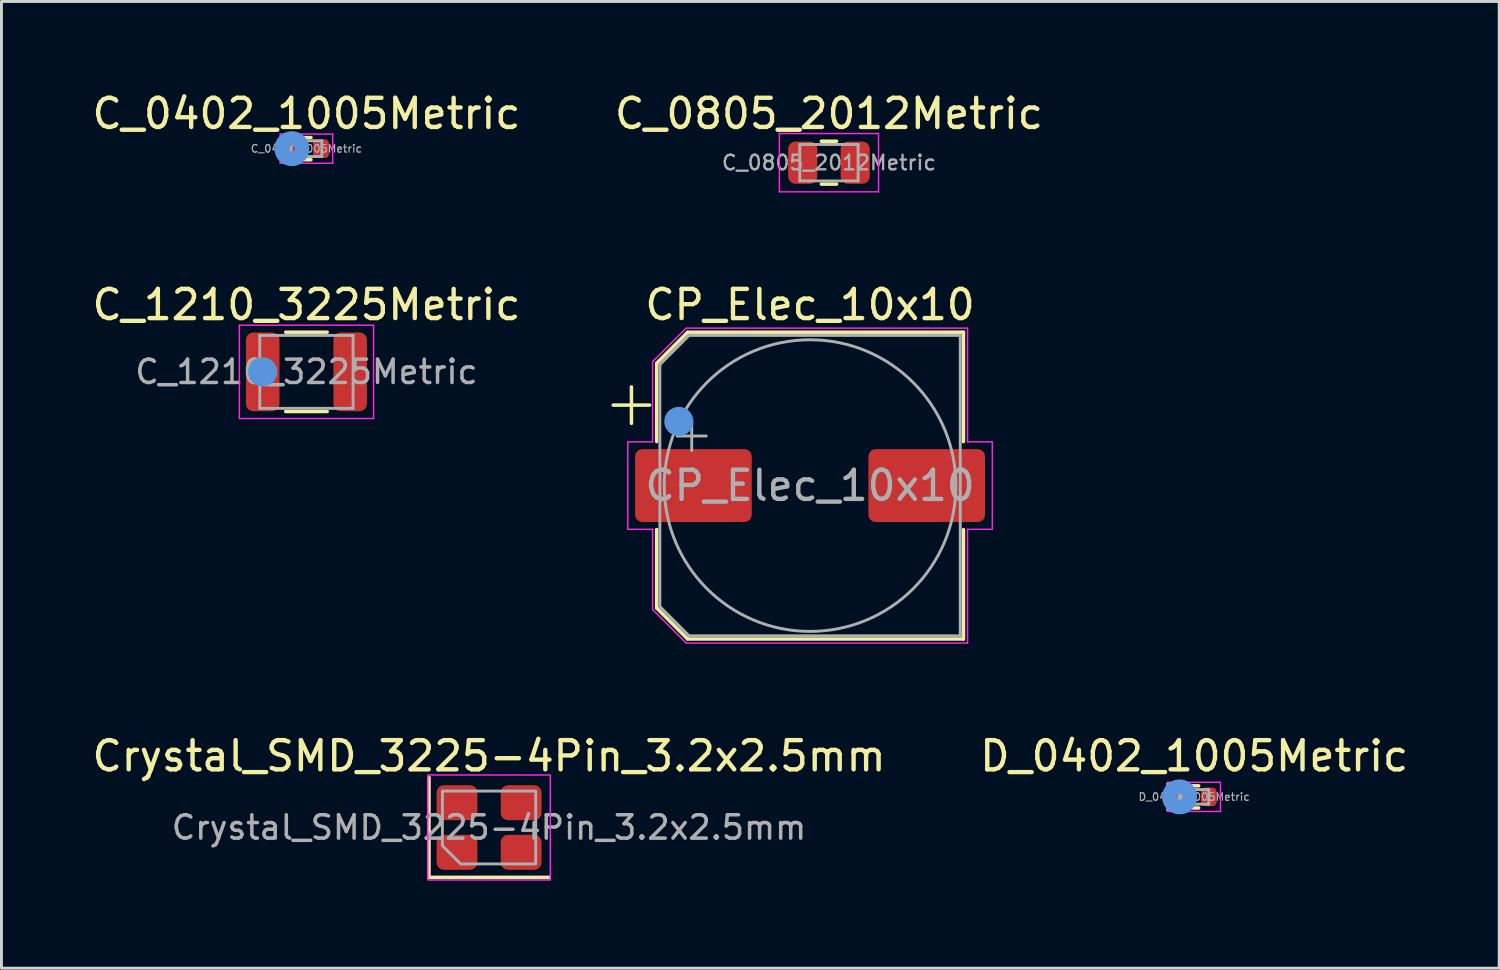
<source format=kicad_pcb>
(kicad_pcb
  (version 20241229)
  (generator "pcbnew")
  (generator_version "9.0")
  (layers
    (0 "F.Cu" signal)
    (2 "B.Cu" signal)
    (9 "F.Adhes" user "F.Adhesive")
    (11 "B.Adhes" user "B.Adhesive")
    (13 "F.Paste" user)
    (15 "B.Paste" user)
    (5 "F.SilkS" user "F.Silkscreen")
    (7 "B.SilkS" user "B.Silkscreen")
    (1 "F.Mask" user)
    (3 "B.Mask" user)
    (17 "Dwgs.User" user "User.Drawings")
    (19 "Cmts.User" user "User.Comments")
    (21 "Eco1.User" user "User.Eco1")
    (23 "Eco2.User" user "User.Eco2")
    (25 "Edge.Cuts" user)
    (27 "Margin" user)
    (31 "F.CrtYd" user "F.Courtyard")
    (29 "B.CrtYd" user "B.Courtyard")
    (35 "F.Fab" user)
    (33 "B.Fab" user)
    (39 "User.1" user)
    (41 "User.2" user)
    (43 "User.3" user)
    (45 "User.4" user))
  (footprint "Crystal_SMD_3225-4Pin_3.2x2.5mm"
    (layer "F.Cu")
    (at 13.72 25.325)
    (property "Reference" "Crystal_SMD_3225-4Pin_3.2x2.5mm" (at 0 -2.45 0) (layer "F.SilkS") (effects (font (size 1 1) (thickness 0.15))))
    (attr smd)
    (fp_line (start -2.06 -1.71) (end -2.06 1.71) (stroke (width 0.12) (type solid)) (layer "F.SilkS"))
    (fp_line (start -2.06 1.71) (end 2.06 1.71) (stroke (width 0.12) (type solid)) (layer "F.SilkS"))
    (fp_rect (start -2.1 -1.8) (end 2.1 1.8) (stroke (width 0.05) (type solid)) (fill no) (layer "F.CrtYd"))
    (fp_poly (pts (xy -1.6 -1.25) (xy -1.6 0.625) (xy -0.975 1.25) (xy 1.6 1.25) (xy 1.6 -1.25)) (stroke (width 0.1) (type solid)) (fill no) (layer "F.Fab"))
    (fp_text user "${REFERENCE}" (at 0 0 0) (layer "F.Fab") (effects (font (size 0.8 0.8) (thickness 0.12))))
    (pad "1" smd roundrect (at -1.1 0.85) (size 1.4 1.2) (layers "F.Cu" "F.Mask" "F.Paste") (roundrect_rratio 0.208))
    (pad "2" smd roundrect (at 1.1 0.85) (size 1.4 1.2) (layers "F.Cu" "F.Mask" "F.Paste") (roundrect_rratio 0.208))
    (pad "3" smd roundrect (at 1.1 -0.85) (size 1.4 1.2) (layers "F.Cu" "F.Mask" "F.Paste") (roundrect_rratio 0.208))
    (pad "4" smd roundrect (at -1.1 -0.85) (size 1.4 1.2) (layers "F.Cu" "F.Mask" "F.Paste") (roundrect_rratio 0.208)))
  (footprint "C_0402_1005Metric"
    (layer "F.Cu")
    (at 7.458 2.048)
    (property "Reference" "C_0402_1005Metric" (at 0 -1.2 0) (layer "F.SilkS") (effects (font (size 1 1) (thickness 0.15))))
    (attr smd)
    (fp_line (start -0.154 -0.38) (end 0.154 -0.38) (stroke (width 0.12) (type solid)) (layer "F.SilkS"))
    (fp_line (start -0.154 0.38) (end 0.154 0.38) (stroke (width 0.12) (type solid)) (layer "F.SilkS"))
    (fp_circle (center -0.5 0) (end -0.4 0) (stroke (width 0.5) (type solid)) (fill no) (layer "Cmts.User"))
    (fp_line (start -0.9 -0.5) (end 0.9 -0.5) (stroke (width 0.05) (type solid)) (layer "F.CrtYd"))
    (fp_line (start -0.9 0.5) (end -0.9 -0.5) (stroke (width 0.05) (type solid)) (layer "F.CrtYd"))
    (fp_line (start 0.9 -0.5) (end 0.9 0.5) (stroke (width 0.05) (type solid)) (layer "F.CrtYd"))
    (fp_line (start 0.9 0.5) (end -0.9 0.5) (stroke (width 0.05) (type solid)) (layer "F.CrtYd"))
    (fp_line (start -0.525 -0.27) (end 0.525 -0.27) (stroke (width 0.1) (type solid)) (layer "F.Fab"))
    (fp_line (start -0.525 0.27) (end -0.525 -0.27) (stroke (width 0.1) (type solid)) (layer "F.Fab"))
    (fp_line (start 0.525 -0.27) (end 0.525 0.27) (stroke (width 0.1) (type solid)) (layer "F.Fab"))
    (fp_line (start 0.525 0.27) (end -0.525 0.27) (stroke (width 0.1) (type solid)) (layer "F.Fab"))
    (fp_text user "${REFERENCE}" (at 0 0 0) (layer "F.Fab") (effects (font (size 0.26 0.26) (thickness 0.04))))
    (pad "1" smd roundrect (at -0.5 0) (size 0.54 0.64) (layers "F.Cu" "F.Mask" "F.Paste") (roundrect_rratio 0.25))
    (pad "2" smd roundrect (at 0.5 0) (size 0.54 0.64) (layers "F.Cu" "F.Mask" "F.Paste") (roundrect_rratio 0.25)))
  (footprint "C_1210_3225Metric"
    (layer "F.Cu")
    (at 7.458 9.701)
    (property "Reference" "C_1210_3225Metric" (at 0 -2.3 0) (layer "F.SilkS") (effects (font (size 1 1) (thickness 0.15))))
    (attr smd)
    (fp_line (start -0.711 -1.36) (end 0.711 -1.36) (stroke (width 0.12) (type solid)) (layer "F.SilkS"))
    (fp_line (start -0.711 1.36) (end 0.711 1.36) (stroke (width 0.12) (type solid)) (layer "F.SilkS"))
    (fp_circle (center -1.5 0) (end -1.25 0) (stroke (width 0.5) (type solid)) (fill no) (layer "Cmts.User"))
    (fp_line (start -2.3 -1.6) (end 2.3 -1.6) (stroke (width 0.05) (type solid)) (layer "F.CrtYd"))
    (fp_line (start -2.3 1.6) (end -2.3 -1.6) (stroke (width 0.05) (type solid)) (layer "F.CrtYd"))
    (fp_line (start 2.3 -1.6) (end 2.3 1.6) (stroke (width 0.05) (type solid)) (layer "F.CrtYd"))
    (fp_line (start 2.3 1.6) (end -2.3 1.6) (stroke (width 0.05) (type solid)) (layer "F.CrtYd"))
    (fp_line (start -1.6 -1.25) (end 1.6 -1.25) (stroke (width 0.1) (type solid)) (layer "F.Fab"))
    (fp_line (start -1.6 1.25) (end -1.6 -1.25) (stroke (width 0.1) (type solid)) (layer "F.Fab"))
    (fp_line (start 1.6 -1.25) (end 1.6 1.25) (stroke (width 0.1) (type solid)) (layer "F.Fab"))
    (fp_line (start 1.6 1.25) (end -1.6 1.25) (stroke (width 0.1) (type solid)) (layer "F.Fab"))
    (fp_text user "${REFERENCE}" (at 0 0 0) (layer "F.Fab") (effects (font (size 0.8 0.8) (thickness 0.12))))
    (pad "1" smd roundrect (at -1.5 0) (size 1.15 2.7) (layers "F.Cu" "F.Mask" "F.Paste") (roundrect_rratio 0.217))
    (pad "2" smd roundrect (at 1.5 0) (size 1.15 2.7) (layers "F.Cu" "F.Mask" "F.Paste") (roundrect_rratio 0.217)))
  (footprint "CP_Elec_10x10"
    (layer "F.Cu")
    (at 24.727 13.601)
    (property "Reference" "CP_Elec_10x10" (at 0 -6.2 0) (layer "F.SilkS") (effects (font (size 1 1) (thickness 0.15))))
    (attr smd)
    (fp_line (start -6.75 -2.76) (end -5.5 -2.76) (stroke (width 0.12) (type solid)) (layer "F.SilkS"))
    (fp_line (start -6.125 -3.385) (end -6.125 -2.135) (stroke (width 0.12) (type solid)) (layer "F.SilkS"))
    (fp_line (start -5.26 -4.196) (end -5.26 -1.51) (stroke (width 0.12) (type solid)) (layer "F.SilkS"))
    (fp_line (start -5.26 -4.196) (end -4.196 -5.26) (stroke (width 0.12) (type solid)) (layer "F.SilkS"))
    (fp_line (start -5.26 4.196) (end -5.26 1.51) (stroke (width 0.12) (type solid)) (layer "F.SilkS"))
    (fp_line (start -5.26 4.196) (end -4.196 5.26) (stroke (width 0.12) (type solid)) (layer "F.SilkS"))
    (fp_line (start -4.196 -5.26) (end 5.26 -5.26) (stroke (width 0.12) (type solid)) (layer "F.SilkS"))
    (fp_line (start -4.196 5.26) (end 5.26 5.26) (stroke (width 0.12) (type solid)) (layer "F.SilkS"))
    (fp_line (start 5.26 -5.26) (end 5.26 -1.51) (stroke (width 0.12) (type solid)) (layer "F.SilkS"))
    (fp_line (start 5.26 5.26) (end 5.26 1.51) (stroke (width 0.12) (type solid)) (layer "F.SilkS"))
    (fp_circle (center -4.5 -2.2) (end -4.25 -2.2) (stroke (width 0.5) (type solid)) (fill no) (layer "Cmts.User"))
    (fp_line (start -6.25 -1.5) (end -6.25 1.5) (stroke (width 0.05) (type solid)) (layer "F.CrtYd"))
    (fp_line (start -6.25 1.5) (end -5.4 1.5) (stroke (width 0.05) (type solid)) (layer "F.CrtYd"))
    (fp_line (start -5.4 -4.25) (end -5.4 -1.5) (stroke (width 0.05) (type solid)) (layer "F.CrtYd"))
    (fp_line (start -5.4 -4.25) (end -4.25 -5.4) (stroke (width 0.05) (type solid)) (layer "F.CrtYd"))
    (fp_line (start -5.4 -1.5) (end -6.25 -1.5) (stroke (width 0.05) (type solid)) (layer "F.CrtYd"))
    (fp_line (start -5.4 1.5) (end -5.4 4.25) (stroke (width 0.05) (type solid)) (layer "F.CrtYd"))
    (fp_line (start -5.4 4.25) (end -4.25 5.4) (stroke (width 0.05) (type solid)) (layer "F.CrtYd"))
    (fp_line (start -4.25 -5.4) (end 5.4 -5.4) (stroke (width 0.05) (type solid)) (layer "F.CrtYd"))
    (fp_line (start -4.25 5.4) (end 5.4 5.4) (stroke (width 0.05) (type solid)) (layer "F.CrtYd"))
    (fp_line (start 5.4 -5.4) (end 5.4 -1.5) (stroke (width 0.05) (type solid)) (layer "F.CrtYd"))
    (fp_line (start 5.4 -1.5) (end 6.25 -1.5) (stroke (width 0.05) (type solid)) (layer "F.CrtYd"))
    (fp_line (start 5.4 1.5) (end 5.4 5.4) (stroke (width 0.05) (type solid)) (layer "F.CrtYd"))
    (fp_line (start 6.25 -1.5) (end 6.25 1.5) (stroke (width 0.05) (type solid)) (layer "F.CrtYd"))
    (fp_line (start 6.25 1.5) (end 5.4 1.5) (stroke (width 0.05) (type solid)) (layer "F.CrtYd"))
    (fp_line (start -5.15 -4.15) (end -5.15 4.15) (stroke (width 0.1) (type solid)) (layer "F.Fab"))
    (fp_line (start -5.15 -4.15) (end -4.15 -5.15) (stroke (width 0.1) (type solid)) (layer "F.Fab"))
    (fp_line (start -5.15 4.15) (end -4.15 5.15) (stroke (width 0.1) (type solid)) (layer "F.Fab"))
    (fp_line (start -4.558 -1.7) (end -3.558 -1.7) (stroke (width 0.1) (type solid)) (layer "F.Fab"))
    (fp_line (start -4.15 -5.15) (end 5.15 -5.15) (stroke (width 0.1) (type solid)) (layer "F.Fab"))
    (fp_line (start -4.15 5.15) (end 5.15 5.15) (stroke (width 0.1) (type solid)) (layer "F.Fab"))
    (fp_line (start -4.058 -2.2) (end -4.058 -1.2) (stroke (width 0.1) (type solid)) (layer "F.Fab"))
    (fp_line (start 5.15 -5.15) (end 5.15 5.15) (stroke (width 0.1) (type solid)) (layer "F.Fab"))
    (fp_circle (center 0 0) (end 5 0) (stroke (width 0.1) (type solid)) (fill no) (layer "F.Fab"))
    (fp_text user "${REFERENCE}" (at 0 0 0) (layer "F.Fab") (effects (font (size 1 1) (thickness 0.15))))
    (pad "1" smd roundrect (at -4 0) (size 4 2.5) (layers "F.Cu" "F.Mask" "F.Paste") (roundrect_rratio 0.1))
    (pad "2" smd roundrect (at 4 0) (size 4 2.5) (layers "F.Cu" "F.Mask" "F.Paste") (roundrect_rratio 0.1)))
  (footprint "C_0805_2012Metric"
    (layer "F.Cu")
    (at 25.375 2.528)
    (property "Reference" "C_0805_2012Metric" (at 0 -1.68 0) (layer "F.SilkS") (effects (font (size 1 1) (thickness 0.15))))
    (attr smd)
    (fp_line (start -0.261 -0.735) (end 0.261 -0.735) (stroke (width 0.12) (type solid)) (layer "F.SilkS"))
    (fp_line (start -0.261 0.735) (end 0.261 0.735) (stroke (width 0.12) (type solid)) (layer "F.SilkS"))
    (fp_line (start -1.7 -1) (end 1.7 -1) (stroke (width 0.05) (type solid)) (layer "F.CrtYd"))
    (fp_line (start -1.7 1) (end -1.7 -1) (stroke (width 0.05) (type solid)) (layer "F.CrtYd"))
    (fp_line (start 1.7 -1) (end 1.7 1) (stroke (width 0.05) (type solid)) (layer "F.CrtYd"))
    (fp_line (start 1.7 1) (end -1.7 1) (stroke (width 0.05) (type solid)) (layer "F.CrtYd"))
    (fp_line (start -1 -0.625) (end 1 -0.625) (stroke (width 0.1) (type solid)) (layer "F.Fab"))
    (fp_line (start -1 0.625) (end -1 -0.625) (stroke (width 0.1) (type solid)) (layer "F.Fab"))
    (fp_line (start 1 -0.625) (end 1 0.625) (stroke (width 0.1) (type solid)) (layer "F.Fab"))
    (fp_line (start 1 0.625) (end -1 0.625) (stroke (width 0.1) (type solid)) (layer "F.Fab"))
    (fp_text user "${REFERENCE}" (at 0 0 0) (layer "F.Fab") (effects (font (size 0.5 0.5) (thickness 0.08))))
    (pad "1" smd roundrect (at -0.9 0) (size 1 1.45) (layers "F.Cu" "F.Mask" "F.Paste") (roundrect_rratio 0.25))
    (pad "2" smd roundrect (at 0.9 0) (size 1 1.45) (layers "F.Cu" "F.Mask" "F.Paste") (roundrect_rratio 0.25)))
  (footprint "D_0402_1005Metric"
    (layer "F.Cu")
    (at 37.899 24.275)
    (property "Reference" "D_0402_1005Metric" (at 0 -1.4 0) (layer "F.SilkS") (effects (font (size 1 1) (thickness 0.15))))
    (attr smd)
    (fp_line (start -0.9 -0.45) (end -0.9 0.45) (stroke (width 0.1) (type default)) (layer "F.SilkS"))
    (fp_line (start -0.9 -0.45) (end -0.5 -0.45) (stroke (width 0.1) (type default)) (layer "F.SilkS"))
    (fp_line (start -0.9 0.45) (end -0.5 0.45) (stroke (width 0.1) (type default)) (layer "F.SilkS"))
    (fp_line (start -0.154 -0.38) (end 0.154 -0.38) (stroke (width 0.12) (type solid)) (layer "F.SilkS"))
    (fp_line (start -0.154 0.38) (end 0.154 0.38) (stroke (width 0.12) (type solid)) (layer "F.SilkS"))
    (fp_circle (center -0.5 0) (end -0.4 0) (stroke (width 0.5) (type solid)) (fill no) (layer "Cmts.User"))
    (fp_line (start -0.9 -0.5) (end 0.9 -0.5) (stroke (width 0.05) (type solid)) (layer "F.CrtYd"))
    (fp_line (start -0.9 0.5) (end -0.9 -0.5) (stroke (width 0.05) (type solid)) (layer "F.CrtYd"))
    (fp_line (start 0.9 -0.5) (end 0.9 0.5) (stroke (width 0.05) (type solid)) (layer "F.CrtYd"))
    (fp_line (start 0.9 0.5) (end -0.9 0.5) (stroke (width 0.05) (type solid)) (layer "F.CrtYd"))
    (fp_line (start -0.5 -0.25) (end 0.5 -0.25) (stroke (width 0.1) (type solid)) (layer "F.Fab"))
    (fp_line (start -0.5 0.25) (end -0.5 -0.25) (stroke (width 0.1) (type solid)) (layer "F.Fab"))
    (fp_line (start -0.4 0.25) (end -0.4 -0.25) (stroke (width 0.1) (type solid)) (layer "F.Fab"))
    (fp_line (start -0.3 0.25) (end -0.3 -0.25) (stroke (width 0.1) (type solid)) (layer "F.Fab"))
    (fp_line (start 0.5 -0.25) (end 0.5 0.25) (stroke (width 0.1) (type solid)) (layer "F.Fab"))
    (fp_line (start 0.5 0.25) (end -0.5 0.25) (stroke (width 0.1) (type solid)) (layer "F.Fab"))
    (fp_text user "${REFERENCE}" (at 0 0 0) (layer "F.Fab") (effects (font (size 0.26 0.26) (thickness 0.04))))
    (pad "1" smd roundrect (at -0.5 0) (size 0.54 0.64) (layers "F.Cu" "F.Mask" "F.Paste") (roundrect_rratio 0.25))
    (pad "2" smd roundrect (at 0.5 0) (size 0.54 0.64) (layers "F.Cu" "F.Mask" "F.Paste") (roundrect_rratio 0.25)))
  (gr_rect
    (start -3 -3)
    (end 48.357 30.15)
    (stroke (width 0.1) (type default))
    (fill no)
    (layer "Edge.Cuts")))
</source>
